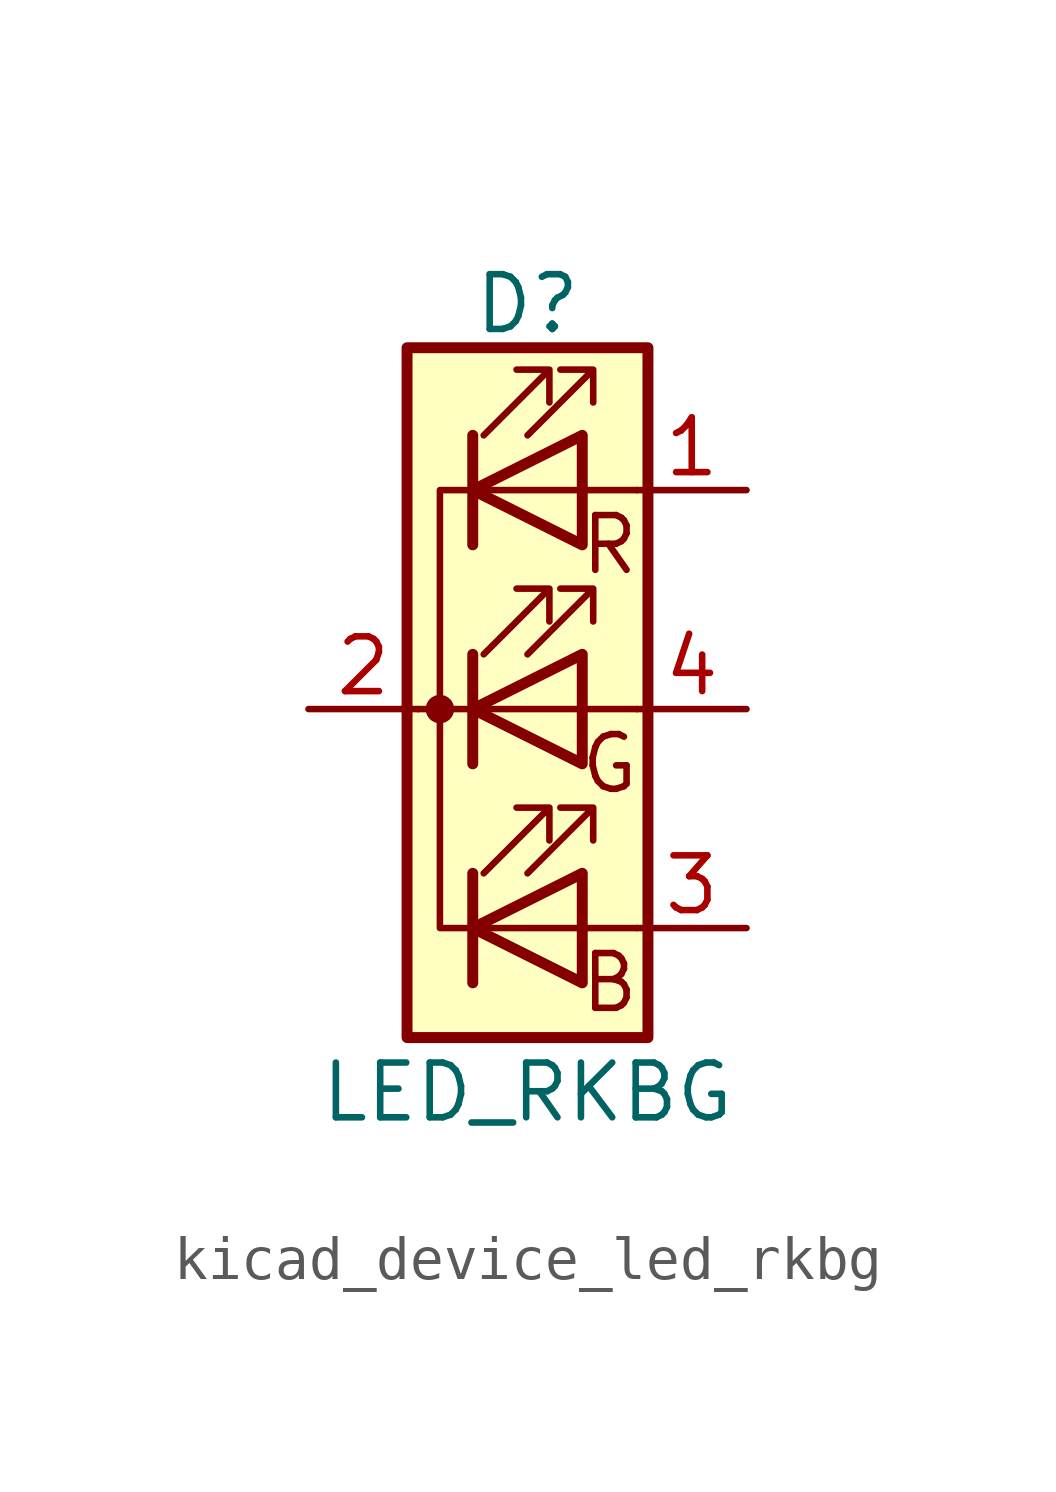
<source format=kicad_sym>
(kicad_symbol_lib
  (version 20220914)
  (generator kicad_symbol_editor)
  (symbol "kicad_device_led_rkbg"
    (pin_names
      (offset 0) hide)
    (property "Reference" "D"
      (at 0 9.398 0)
      (effects (font (size 1.27 1.27))))
    (property "Value" "LED_RKBG"
      (at 0 -8.89 0)
      (effects (font (size 1.27 1.27))))
    (symbol "kicad_device_led_rkbg_0_0"
      (text "B" (at 1.905 -6.35 0) (effects (font (size 1.27 1.27))))
      (text "G" (at 1.905 -1.27 0) (effects (font (size 1.27 1.27))))
      (text "R" (at 1.905 3.81 0) (effects (font (size 1.27 1.27)))))
    (symbol "kicad_device_led_rkbg_0_1"
      (circle (center -2.032 0) (radius 0.254) (stroke (width 0) (type default)) (fill (type outline)))
      (polyline (pts (xy -1.27 -5.08) (xy 1.27 -5.08)) (stroke (width 0) (type default)) (fill (type none)))
      (polyline (pts (xy -1.27 -3.81) (xy -1.27 -6.35)) (stroke (width 0.254) (type default)) (fill (type none)))
      (polyline (pts (xy -1.27 0) (xy -2.54 0)) (stroke (width 0) (type default)) (fill (type none)))
      (polyline (pts (xy -1.27 1.27) (xy -1.27 -1.27)) (stroke (width 0.254) (type default)) (fill (type none)))
      (polyline (pts (xy -1.27 5.08) (xy 1.27 5.08)) (stroke (width 0) (type default)) (fill (type none)))
      (polyline (pts (xy -1.27 6.35) (xy -1.27 3.81)) (stroke (width 0.254) (type default)) (fill (type none)))
      (polyline (pts (xy 1.27 -5.08) (xy 2.54 -5.08)) (stroke (width 0) (type default)) (fill (type none)))
      (polyline (pts (xy 1.27 0) (xy -1.27 0)) (stroke (width 0) (type default)) (fill (type none)))
      (polyline (pts (xy 1.27 0) (xy 2.54 0)) (stroke (width 0) (type default)) (fill (type none)))
      (polyline (pts (xy 1.27 5.08) (xy 2.54 5.08)) (stroke (width 0) (type default)) (fill (type none)))
      (polyline (pts (xy -1.27 1.27) (xy -1.27 -1.27) (xy -1.27 -1.27)) (stroke (width 0) (type default)) (fill (type none)))
      (polyline (pts (xy -1.27 6.35) (xy -1.27 3.81) (xy -1.27 3.81)) (stroke (width 0) (type default)) (fill (type none)))
      (polyline (pts (xy -1.27 5.08) (xy -2.032 5.08) (xy -2.032 -5.08) (xy -1.016 -5.08)) (stroke (width 0) (type default)) (fill (type none)))
      (polyline (pts (xy 1.27 -3.81) (xy 1.27 -6.35) (xy -1.27 -5.08) (xy 1.27 -3.81)) (stroke (width 0.254) (type default)) (fill (type none)))
      (polyline (pts (xy 1.27 1.27) (xy 1.27 -1.27) (xy -1.27 0) (xy 1.27 1.27)) (stroke (width 0.254) (type default)) (fill (type none)))
      (polyline (pts (xy 1.27 6.35) (xy 1.27 3.81) (xy -1.27 5.08) (xy 1.27 6.35)) (stroke (width 0.254) (type default)) (fill (type none)))
      (polyline (pts (xy -1.016 -3.81) (xy 0.508 -2.286) (xy -0.254 -2.286) (xy 0.508 -2.286) (xy 0.508 -3.048)) (stroke (width 0) (type default)) (fill (type none)))
      (polyline (pts (xy -1.016 1.27) (xy 0.508 2.794) (xy -0.254 2.794) (xy 0.508 2.794) (xy 0.508 2.032)) (stroke (width 0) (type default)) (fill (type none)))
      (polyline (pts (xy -1.016 6.35) (xy 0.508 7.874) (xy -0.254 7.874) (xy 0.508 7.874) (xy 0.508 7.112)) (stroke (width 0) (type default)) (fill (type none)))
      (polyline (pts (xy 0 -3.81) (xy 1.524 -2.286) (xy 0.762 -2.286) (xy 1.524 -2.286) (xy 1.524 -3.048)) (stroke (width 0) (type default)) (fill (type none)))
      (polyline (pts (xy 0 1.27) (xy 1.524 2.794) (xy 0.762 2.794) (xy 1.524 2.794) (xy 1.524 2.032)) (stroke (width 0) (type default)) (fill (type none)))
      (polyline (pts (xy 0 6.35) (xy 1.524 7.874) (xy 0.762 7.874) (xy 1.524 7.874) (xy 1.524 7.112)) (stroke (width 0) (type default)) (fill (type none)))
      (rectangle (start 1.27 -1.27) (end 1.27 1.27) (stroke (width 0) (type default)) (fill (type none)))
      (rectangle (start 1.27 1.27) (end 1.27 1.27) (stroke (width 0) (type default)) (fill (type none)))
      (rectangle (start 1.27 3.81) (end 1.27 6.35) (stroke (width 0) (type default)) (fill (type none)))
      (rectangle (start 1.27 6.35) (end 1.27 6.35) (stroke (width 0) (type default)) (fill (type none)))
      (rectangle (start 2.794 8.382) (end -2.794 -7.62) (stroke (width 0.254) (type default)) (fill (type background))))
    (symbol "kicad_device_led_rkbg_1_1"
      (pin passive line (at 5.08 5.08 180) (length 2.54) (name "RA" (effects (font (size 1.27 1.27)))) (number "1" (effects (font (size 1.27 1.27)))))
      (pin passive line (at -5.08 0 0) (length 2.54) (name "K" (effects (font (size 1.27 1.27)))) (number "2" (effects (font (size 1.27 1.27)))))
      (pin passive line (at 5.08 -5.08 180) (length 2.54) (name "BA" (effects (font (size 1.27 1.27)))) (number "3" (effects (font (size 1.27 1.27)))))
      (pin passive line (at 5.08 0 180) (length 2.54) (name "GA" (effects (font (size 1.27 1.27)))) (number "4" (effects (font (size 1.27 1.27))))))))
</source>
